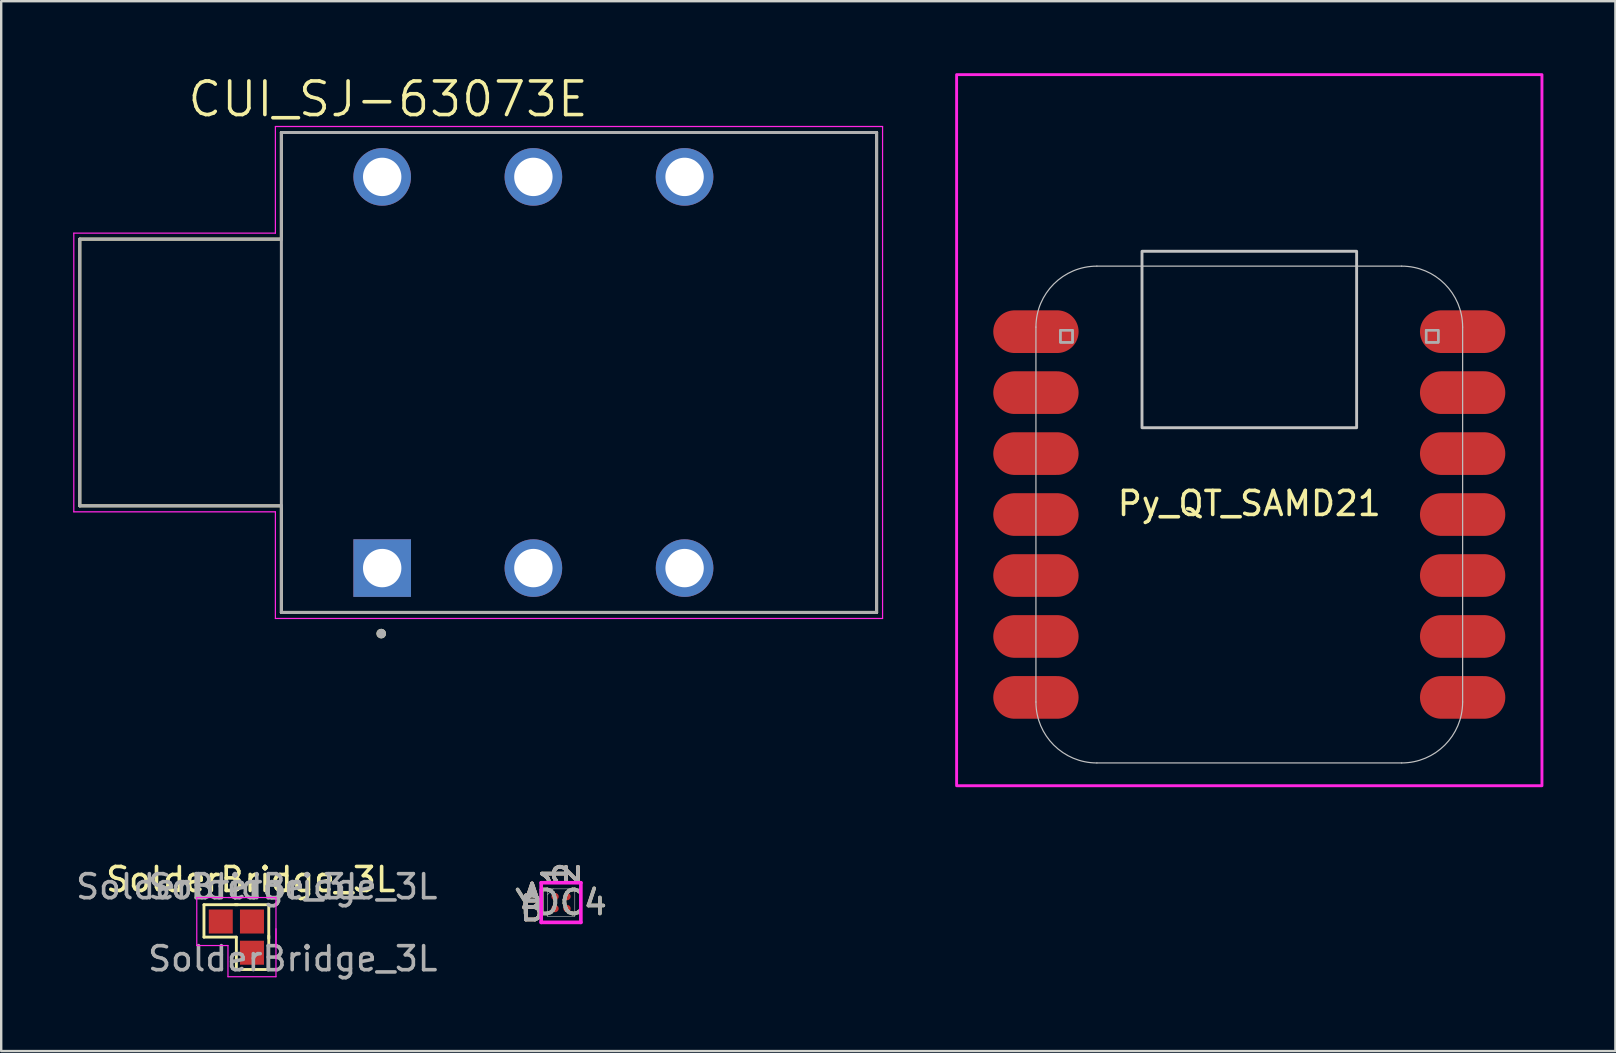
<source format=kicad_pcb>
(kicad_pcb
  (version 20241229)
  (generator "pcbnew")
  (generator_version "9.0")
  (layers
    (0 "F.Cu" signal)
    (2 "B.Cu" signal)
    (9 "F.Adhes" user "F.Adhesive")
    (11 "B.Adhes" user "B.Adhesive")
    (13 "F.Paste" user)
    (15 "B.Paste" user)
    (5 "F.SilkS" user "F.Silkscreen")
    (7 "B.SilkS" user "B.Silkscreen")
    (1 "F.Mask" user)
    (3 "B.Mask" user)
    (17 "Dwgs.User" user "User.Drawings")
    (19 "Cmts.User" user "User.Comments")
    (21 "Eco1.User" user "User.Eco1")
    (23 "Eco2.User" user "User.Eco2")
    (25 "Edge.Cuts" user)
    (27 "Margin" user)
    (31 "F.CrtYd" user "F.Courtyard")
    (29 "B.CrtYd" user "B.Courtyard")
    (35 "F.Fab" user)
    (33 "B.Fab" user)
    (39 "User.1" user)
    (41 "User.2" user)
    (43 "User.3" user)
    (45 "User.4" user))
  (footprint "SolderBridge_3L"
    (layer "F.Cu")
    (at 6.149 35.348)
    (property "Reference" "SolderBridge_3L" (at 1.25 -1.75 0) (layer "F.SilkS") (effects (font (size 1 1) (thickness 0.15))))
    (attr exclude_from_pos_files exclude_from_bom)
    (fp_line (start -0.7 -0.7) (end 0.7 -0.7) (stroke (width 0.12) (type solid)) (layer "F.SilkS"))
    (fp_line (start -0.7 0.65) (end -0.7 -0.7) (stroke (width 0.12) (type solid)) (layer "F.SilkS"))
    (fp_line (start -0.7 0.65) (end 0.65 0.65) (stroke (width 0.12) (type solid)) (layer "F.SilkS"))
    (fp_line (start 0.6 -0.7) (end 2 -0.7) (stroke (width 0.12) (type solid)) (layer "F.SilkS"))
    (fp_line (start 0.65 2) (end 0.65 0.65) (stroke (width 0.12) (type solid)) (layer "F.SilkS"))
    (fp_line (start 2 -0.7) (end 2 0.7) (stroke (width 0.12) (type solid)) (layer "F.SilkS"))
    (fp_line (start 2 0.6) (end 2 2) (stroke (width 0.12) (type solid)) (layer "F.SilkS"))
    (fp_line (start 2 2) (end 0.65 2) (stroke (width 0.12) (type solid)) (layer "F.SilkS"))
    (fp_line (start -1 -1) (end -1 1) (stroke (width 0.05) (type solid)) (layer "F.CrtYd"))
    (fp_line (start -1 -1) (end 1 -1) (stroke (width 0.05) (type solid)) (layer "F.CrtYd"))
    (fp_line (start 0.3 -1) (end 2.3 -1) (stroke (width 0.05) (type solid)) (layer "F.CrtYd"))
    (fp_line (start 0.3 1) (end -1 1) (stroke (width 0.05) (type solid)) (layer "F.CrtYd"))
    (fp_line (start 0.3 1) (end 0.3 2.3) (stroke (width 0.05) (type solid)) (layer "F.CrtYd"))
    (fp_line (start 2.3 1) (end 2.3 -1) (stroke (width 0.05) (type solid)) (layer "F.CrtYd"))
    (fp_line (start 2.3 2.3) (end 0.3 2.3) (stroke (width 0.05) (type solid)) (layer "F.CrtYd"))
    (fp_line (start 2.3 2.3) (end 2.3 0.3) (stroke (width 0.05) (type solid)) (layer "F.CrtYd"))
    (fp_text user "${REFERENCE}" (at 3 1.55 0) (layer "F.Fab") (effects (font (size 1 1) (thickness 0.15))))
    (fp_text user "${REFERENCE}" (at 0 -1.45 0) (layer "F.Fab") (effects (font (size 1 1) (thickness 0.15))))
    (fp_text user "${REFERENCE}" (at 3 -1.45 0) (layer "F.Fab") (effects (font (size 1 1) (thickness 0.15))))
    (pad "1" smd rect (at 0 0) (size 1 1) (layers "F.Cu" "F.Mask"))
    (pad "2" smd rect (at 1.3 0) (size 1 1) (layers "F.Cu" "F.Mask"))
    (pad "3" smd rect (at 1.3 1.3) (size 1 1) (layers "F.Cu" "F.Mask")))
  (footprint "Py_QT_SAMD21"
    (layer "F.Cu")
    (at 49.005 18.43)
    (property "Reference" "Py_QT_SAMD21" (at 0 -0.5 0) (unlocked yes) (layer "F.SilkS") (effects (font (size 1 1) (thickness 0.15))))
    (fp_line (start -8.89 7.771) (end -8.89 -7.851) (stroke (width 0.05) (type solid)) (layer "Dwgs.User"))
    (fp_line (start -6.35 -10.39) (end 6.35 -10.39) (stroke (width 0.05) (type solid)) (layer "Dwgs.User"))
    (fp_line (start 6.35 10.31) (end -6.35 10.31) (stroke (width 0.05) (type solid)) (layer "Dwgs.User"))
    (fp_line (start 8.89 -7.851) (end 8.89 7.771) (stroke (width 0.05) (type solid)) (layer "Dwgs.User"))
    (fp_rect (start -4.47 -11.01) (end 4.473 -3.657) (stroke (width 0.12) (type default)) (fill no) (layer "Dwgs.User"))
    (fp_arc (start -8.89 -7.8505) (mid -8.146051 -9.646551) (end -6.35 -10.3905) (stroke (width 0.05) (type solid)) (layer "Dwgs.User"))
    (fp_arc (start -6.35 10.3105) (mid -8.146051 9.566551) (end -8.89 7.7705) (stroke (width 0.05) (type solid)) (layer "Dwgs.User"))
    (fp_arc (start 6.35 -10.3905) (mid 8.146051 -9.646551) (end 8.89 -7.8505) (stroke (width 0.05) (type solid)) (layer "Dwgs.User"))
    (fp_arc (start 8.89 7.7705) (mid 8.146051 9.566551) (end 6.35 10.3105) (stroke (width 0.05) (type solid)) (layer "Dwgs.User"))
    (fp_rect (start -12.195 -18.37) (end 12.195 11.26) (stroke (width 0.12) (type default)) (fill no) (layer "F.CrtYd"))
    (fp_poly (pts (xy -7.871 -7.213) (xy -7.363 -7.213) (xy -7.363 -7.721) (xy -7.871 -7.721)) (stroke (width 0.1) (type default)) (fill no) (layer "F.Fab"))
    (fp_poly (pts (xy -7.871 -7.213) (xy -7.363 -7.213) (xy -7.363 -7.721) (xy -7.871 -7.721)) (stroke (width 0.1) (type default)) (fill no) (layer "F.Fab"))
    (fp_poly (pts (xy 7.369 -7.213) (xy 7.877 -7.213) (xy 7.877 -7.721) (xy 7.369 -7.721)) (stroke (width 0.1) (type default)) (fill no) (layer "F.Fab"))
    (fp_poly (pts (xy 7.369 -7.213) (xy 7.877 -7.213) (xy 7.877 -7.721) (xy 7.369 -7.721)) (stroke (width 0.1) (type default)) (fill no) (layer "F.Fab"))
    (pad "1" smd oval (at -8.89 -7.66) (size 3.556 1.778) (layers "F.Cu" "F.Mask" "F.Paste"))
    (pad "2" smd oval (at -8.89 -5.12) (size 3.556 1.778) (layers "F.Cu" "F.Mask" "F.Paste"))
    (pad "3" smd oval (at -8.89 -2.58) (size 3.556 1.778) (layers "F.Cu" "F.Mask" "F.Paste"))
    (pad "4" smd oval (at -8.89 -0.04) (size 3.556 1.778) (layers "F.Cu" "F.Mask" "F.Paste"))
    (pad "5" smd oval (at -8.89 2.5) (size 3.556 1.778) (layers "F.Cu" "F.Mask" "F.Paste"))
    (pad "6" smd oval (at -8.89 5.04) (size 3.556 1.778) (layers "F.Cu" "F.Mask" "F.Paste"))
    (pad "7" smd oval (at -8.89 7.58) (size 3.556 1.778) (layers "F.Cu" "F.Mask" "F.Paste"))
    (pad "8" smd oval (at 8.89 7.58 180) (size 3.556 1.778) (layers "F.Cu" "F.Mask" "F.Paste"))
    (pad "9" smd oval (at 8.89 5.04 180) (size 3.556 1.778) (layers "F.Cu" "F.Mask" "F.Paste"))
    (pad "10" smd oval (at 8.89 2.5 180) (size 3.556 1.778) (layers "F.Cu" "F.Mask" "F.Paste"))
    (pad "11" smd oval (at 8.89 -0.04 180) (size 3.556 1.778) (layers "F.Cu" "F.Mask" "F.Paste"))
    (pad "12" smd oval (at 8.89 -2.58 180) (size 3.556 1.778) (layers "F.Cu" "F.Mask" "F.Paste"))
    (pad "13" smd oval (at 8.89 -5.12 180) (size 3.556 1.778) (layers "F.Cu" "F.Mask" "F.Paste"))
    (pad "14" smd oval (at 8.89 -7.66 180) (size 3.556 1.778) (layers "F.Cu" "F.Mask" "F.Paste")))
  (footprint "YDC4"
    (layer "F.Cu")
    (at 20.327 34.558)
    (property "Reference" "YDC4" (at 0 0 0) (unlocked yes) (layer "F.SilkS") (effects (font (size 1 1) (thickness 0.15))))
    (attr smd)
    (fp_poly (pts (xy -0.945 -0.945) (xy 0.945 -0.945) (xy 0.945 0.945) (xy -0.945 0.945)) (stroke (width 0.1) (type solid)) (fill no) (layer "Eco2.User"))
    (fp_line (start -0.826 -0.826) (end 0.826 -0.826) (stroke (width 0.152) (type solid)) (layer "F.CrtYd"))
    (fp_line (start -0.826 0.826) (end -0.826 -0.826) (stroke (width 0.152) (type solid)) (layer "F.CrtYd"))
    (fp_line (start 0.826 -0.826) (end 0.826 0.826) (stroke (width 0.152) (type solid)) (layer "F.CrtYd"))
    (fp_line (start 0.826 0.826) (end -0.826 0.826) (stroke (width 0.152) (type solid)) (layer "F.CrtYd"))
    (fp_line (start -0.572 -0.572) (end -0.572 0.572) (stroke (width 0.025) (type solid)) (layer "F.Fab"))
    (fp_line (start -0.572 0.572) (end 0.572 0.572) (stroke (width 0.025) (type solid)) (layer "F.Fab"))
    (fp_line (start -0.322 -0.572) (end -0.572 -0.322) (stroke (width 0.025) (type solid)) (layer "F.Fab"))
    (fp_line (start 0.572 -0.572) (end -0.572 -0.572) (stroke (width 0.025) (type solid)) (layer "F.Fab"))
    (fp_line (start 0.572 0.572) (end 0.572 -0.572) (stroke (width 0.025) (type solid)) (layer "F.Fab"))
    (fp_text user "2" (at 0.25 -1.206 90) (unlocked yes) (layer "F.SilkS") (effects (font (size 1 1) (thickness 0.15))))
    (fp_text user "1" (at -0.25 -1.206 90) (unlocked yes) (layer "F.SilkS") (effects (font (size 1 1) (thickness 0.15))))
    (fp_text user "B" (at -1.206 0.25 0) (unlocked yes) (layer "F.SilkS") (effects (font (size 1 1) (thickness 0.15))))
    (fp_text user "A" (at -1.206 -0.25 0) (unlocked yes) (layer "F.SilkS") (effects (font (size 1 1) (thickness 0.15))))
    (fp_text user "1" (at -0.25 -1.206 90) (unlocked yes) (layer "B.SilkS") (effects (font (size 1 1) (thickness 0.15))))
    (fp_text user "A" (at -1.206 -0.25 0) (unlocked yes) (layer "B.SilkS") (effects (font (size 1 1) (thickness 0.15))))
    (fp_text user "B" (at -1.206 0.25 0) (unlocked yes) (layer "B.SilkS") (effects (font (size 1 1) (thickness 0.15))))
    (fp_text user "2" (at 0.25 -1.206 90) (unlocked yes) (layer "B.SilkS") (effects (font (size 1 1) (thickness 0.15))))
    (fp_text user "2" (at 0.25 -1.206 90) (unlocked yes) (layer "F.Fab") (effects (font (size 1 1) (thickness 0.15))))
    (fp_text user "A" (at -1.206 -0.25 0) (unlocked yes) (layer "F.Fab") (effects (font (size 1 1) (thickness 0.15))))
    (fp_text user "1" (at -0.25 -1.206 90) (unlocked yes) (layer "F.Fab") (effects (font (size 1 1) (thickness 0.15))))
    (fp_text user "${REFERENCE}" (at 0 0 0) (unlocked yes) (layer "F.Fab") (effects (font (size 1 1) (thickness 0.15))))
    (fp_text user "B" (at -1.206 0.25 0) (unlocked yes) (layer "F.Fab") (effects (font (size 1 1) (thickness 0.15))))
    (pad "A1" smd circle (at -0.25 -0.25) (size 0.305 0.305) (layers "F.Cu"))
    (pad "A2" smd circle (at 0.25 -0.25) (size 0.305 0.305) (layers "F.Cu"))
    (pad "B1" smd circle (at -0.25 0.25) (size 0.305 0.305) (layers "F.Cu"))
    (pad "B2" smd circle (at 0.25 0.25) (size 0.305 0.305) (layers "F.Cu")))
  (footprint "CUI_SJ-63073E"
    (layer "F.Cu")
    (at 12.875 12.471)
    (property "Reference" "CUI_SJ-63073E" (at 0.245 -11.389 0) (layer "F.SilkS") (effects (font (size 1.4 1.4) (thickness 0.15))))
    (attr through_hole)
    (fp_line (start -12.6 -5.556) (end -12.6 5.556) (stroke (width 0.127) (type solid)) (layer "F.SilkS"))
    (fp_line (start -12.6 5.556) (end -4.2 5.556) (stroke (width 0.127) (type solid)) (layer "F.SilkS"))
    (fp_line (start -4.2 -10) (end -4.2 -5.556) (stroke (width 0.127) (type solid)) (layer "F.SilkS"))
    (fp_line (start -4.2 -5.556) (end -12.6 -5.556) (stroke (width 0.127) (type solid)) (layer "F.SilkS"))
    (fp_line (start -4.2 5.556) (end -4.2 10) (stroke (width 0.127) (type solid)) (layer "F.SilkS"))
    (fp_line (start -4.2 10) (end 20.6 10) (stroke (width 0.127) (type solid)) (layer "F.SilkS"))
    (fp_line (start 20.6 -10) (end -4.2 -10) (stroke (width 0.127) (type solid)) (layer "F.SilkS"))
    (fp_line (start 20.6 10) (end 20.6 -10) (stroke (width 0.127) (type solid)) (layer "F.SilkS"))
    (fp_circle (center -0.04 10.88) (end 0.06 10.88) (stroke (width 0.2) (type solid)) (fill no) (layer "F.SilkS"))
    (fp_line (start -12.85 -5.806) (end -12.85 5.806) (stroke (width 0.05) (type solid)) (layer "F.CrtYd"))
    (fp_line (start -12.85 5.806) (end -4.45 5.806) (stroke (width 0.05) (type solid)) (layer "F.CrtYd"))
    (fp_line (start -4.45 -10.25) (end -4.45 -5.806) (stroke (width 0.05) (type solid)) (layer "F.CrtYd"))
    (fp_line (start -4.45 -5.806) (end -12.85 -5.806) (stroke (width 0.05) (type solid)) (layer "F.CrtYd"))
    (fp_line (start -4.45 5.806) (end -4.45 10.25) (stroke (width 0.05) (type solid)) (layer "F.CrtYd"))
    (fp_line (start -4.45 10.25) (end 20.85 10.25) (stroke (width 0.05) (type solid)) (layer "F.CrtYd"))
    (fp_line (start 20.85 -10.25) (end -4.45 -10.25) (stroke (width 0.05) (type solid)) (layer "F.CrtYd"))
    (fp_line (start 20.85 10.25) (end 20.85 -10.25) (stroke (width 0.05) (type solid)) (layer "F.CrtYd"))
    (fp_line (start -12.6 -5.556) (end -12.6 5.556) (stroke (width 0.127) (type solid)) (layer "F.Fab"))
    (fp_line (start -12.6 5.556) (end -4.2 5.556) (stroke (width 0.127) (type solid)) (layer "F.Fab"))
    (fp_line (start -4.2 -10) (end -4.2 -5.6) (stroke (width 0.127) (type solid)) (layer "F.Fab"))
    (fp_line (start -4.2 -5.6) (end -4.2 -5.556) (stroke (width 0.127) (type solid)) (layer "F.Fab"))
    (fp_line (start -4.2 -5.556) (end -12.6 -5.556) (stroke (width 0.127) (type solid)) (layer "F.Fab"))
    (fp_line (start -4.2 -5.556) (end -4.2 5.556) (stroke (width 0.127) (type solid)) (layer "F.Fab"))
    (fp_line (start -4.2 5.556) (end -4.2 5.6) (stroke (width 0.127) (type solid)) (layer "F.Fab"))
    (fp_line (start -4.2 5.6) (end -4.2 10) (stroke (width 0.127) (type solid)) (layer "F.Fab"))
    (fp_line (start -4.2 10) (end 20.6 10) (stroke (width 0.127) (type solid)) (layer "F.Fab"))
    (fp_line (start 20.6 -10) (end -4.2 -10) (stroke (width 0.127) (type solid)) (layer "F.Fab"))
    (fp_line (start 20.6 10) (end 20.6 -10) (stroke (width 0.127) (type solid)) (layer "F.Fab"))
    (fp_circle (center -0.04 10.88) (end 0.06 10.88) (stroke (width 0.2) (type solid)) (fill no) (layer "F.Fab"))
    (pad "R" thru_hole circle (at 6.3 8.15) (size 2.4 2.4) (drill 1.6) (layers "*.Cu" "*.Mask"))
    (pad "RN" thru_hole circle (at 6.3 -8.15) (size 2.4 2.4) (drill 1.6) (layers "*.Cu" "*.Mask"))
    (pad "S" thru_hole rect (at 0 8.15) (size 2.4 2.4) (drill 1.6) (layers "*.Cu" "*.Mask"))
    (pad "SN" thru_hole circle (at 0 -8.15) (size 2.4 2.4) (drill 1.6) (layers "*.Cu" "*.Mask"))
    (pad "T" thru_hole circle (at 12.6 8.15) (size 2.4 2.4) (drill 1.6) (layers "*.Cu" "*.Mask"))
    (pad "TN" thru_hole circle (at 12.6 -8.15) (size 2.4 2.4) (drill 1.6) (layers "*.Cu" "*.Mask")))
  (gr_rect
    (start -3 -3)
    (end 64.26 40.746)
    (stroke (width 0.1) (type default))
    (fill no)
    (layer "Edge.Cuts")))
</source>
